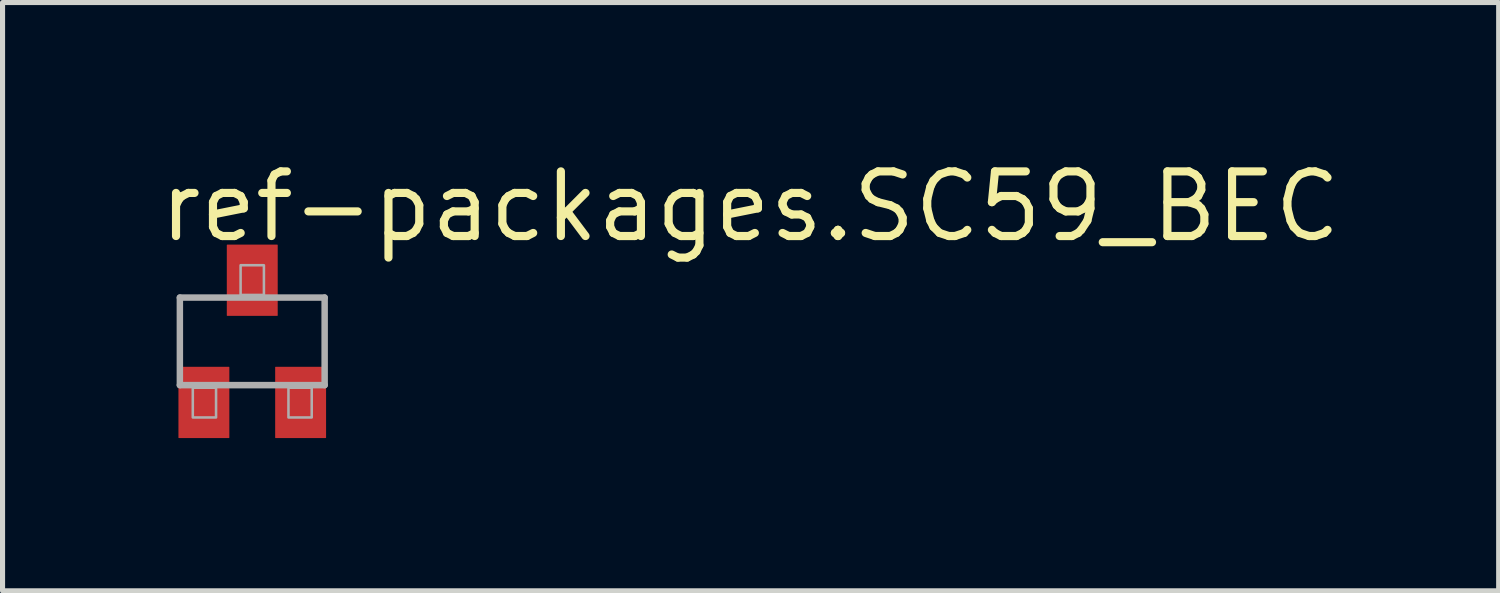
<source format=kicad_pcb>
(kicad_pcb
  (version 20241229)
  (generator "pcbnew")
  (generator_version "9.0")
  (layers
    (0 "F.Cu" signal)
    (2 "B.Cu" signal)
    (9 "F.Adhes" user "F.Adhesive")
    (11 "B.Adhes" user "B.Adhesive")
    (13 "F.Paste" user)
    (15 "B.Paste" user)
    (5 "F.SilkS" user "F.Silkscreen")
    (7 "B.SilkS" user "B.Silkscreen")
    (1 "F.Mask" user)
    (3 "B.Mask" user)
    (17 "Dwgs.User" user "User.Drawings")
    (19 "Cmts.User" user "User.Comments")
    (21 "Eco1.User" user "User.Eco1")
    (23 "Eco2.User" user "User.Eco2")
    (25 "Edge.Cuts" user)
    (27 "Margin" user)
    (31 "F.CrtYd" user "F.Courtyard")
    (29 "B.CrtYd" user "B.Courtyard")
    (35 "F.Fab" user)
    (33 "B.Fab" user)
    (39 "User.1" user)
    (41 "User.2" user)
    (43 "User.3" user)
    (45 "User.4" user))
  (footprint "ref-packages.SC59_BEC"
    (layer "F.Cu")
    (at 1.905 3.655)
    (property "Reference" "ref-packages.SC59_BEC" (at -1.905 -1.905 0) (layer "F.SilkS") (effects (font (size 1.27 1.27) (thickness 0.16)) (justify left bottom)))
    (attr smd)
    (fp_line (start -1.422 -0.86) (end 1.422 -0.86) (stroke (width 0.127) (type default)) (layer "F.Fab"))
    (fp_line (start -1.422 0.86) (end -1.422 -0.86) (stroke (width 0.127) (type default)) (layer "F.Fab"))
    (fp_line (start 1.422 -0.86) (end 1.422 0.86) (stroke (width 0.127) (type default)) (layer "F.Fab"))
    (fp_line (start 1.422 0.86) (end -1.422 0.86) (stroke (width 0.127) (type default)) (layer "F.Fab"))
    (fp_rect (start -1.168 1.495) (end -0.711 0.911) (stroke (width 0.05) (type default)) (fill no) (layer "F.Fab"))
    (fp_rect (start -0.229 -0.911) (end 0.229 -1.495) (stroke (width 0.05) (type default)) (fill no) (layer "F.Fab"))
    (fp_rect (start 0.711 1.495) (end 1.168 0.911) (stroke (width 0.05) (type default)) (fill no) (layer "F.Fab"))
    (pad "B" smd roundrect (at -0.95 1.2) (size 1 1.4) (layers "F.Cu" "F.Mask" "F.Paste") (roundrect_rratio 0.01))
    (pad "C" smd roundrect (at 0 -1.2) (size 1 1.4) (layers "F.Cu" "F.Mask" "F.Paste") (roundrect_rratio 0.01))
    (pad "E" smd roundrect (at 0.95 1.2) (size 1 1.4) (layers "F.Cu" "F.Mask" "F.Paste") (roundrect_rratio 0.01)))
  (gr_rect
    (start -3 -3)
    (end 26.388 8.555)
    (stroke (width 0.1) (type default))
    (fill no)
    (layer "Edge.Cuts")))
</source>
